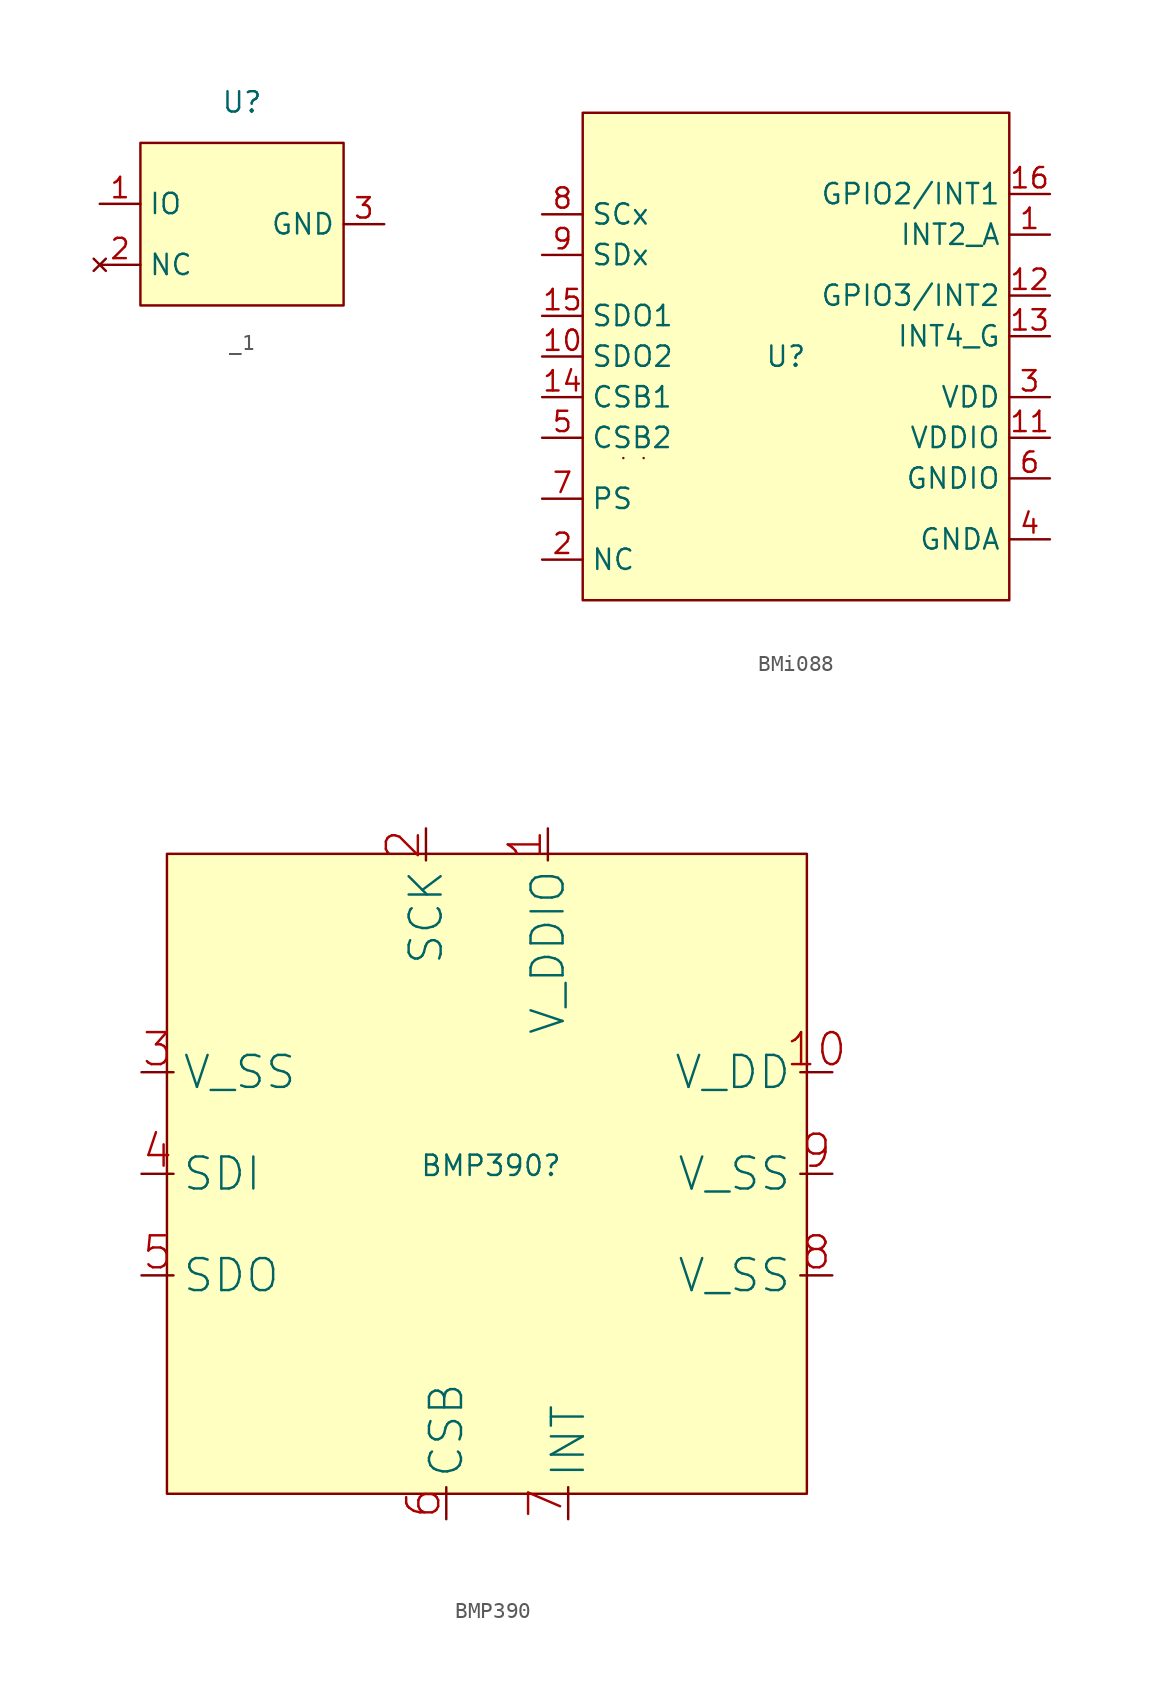
<source format=kicad_sym>
(kicad_symbol_lib
  (version 20241209)
  (generator "kicad_symbol_editor")
  (generator_version "9.0")
  (symbol "_1"
    (property "Reference" "U"
      (at 0 0 0)
      (effects (font (size 1.27 1.27))))
    (property "Value" ""
      (at 0 0 0)
      (effects (font (size 1.27 1.27))))
    (symbol "_1_0_1"
      (rectangle (start -6.35 -2.54) (end 6.35 -12.7) (stroke (width 0) (type default)) (fill (type background))))
    (symbol "_1_1_1"
      (pin power_in line (at -8.89 -6.35 0) (length 2.54) (name "IO" (effects (font (size 1.27 1.27)))) (number "1" (effects (font (size 1.27 1.27)))))
      (pin no_connect line (at -8.89 -10.16 0) (length 2.54) (name "NC" (effects (font (size 1.27 1.27)))) (number "2" (effects (font (size 1.27 1.27)))))
      (pin power_out line (at 8.89 -7.62 180) (length 2.54) (name "GND" (effects (font (size 1.27 1.27)))) (number "3" (effects (font (size 1.27 1.27)))))))
  (symbol "BMi088"
    (property "Reference" "U"
      (at 12.7 8.89 0)
      (effects (font (size 1.27 1.27))))
    (property "Value" ""
      (at 0 0 0)
      (effects (font (size 1.27 1.27))))
    (symbol "BMi088_0_1"
      (rectangle (start 0 24.13) (end 26.67 -6.35) (stroke (width 0) (type default)) (fill (type background)))
      (rectangle (start 2.54 2.54) (end 2.54 2.54) (stroke (width 0) (type default)) (fill (type none)))
      (rectangle (start 3.81 2.54) (end 3.81 2.54) (stroke (width 0) (type default)) (fill (type none))))
    (symbol "BMi088_1_1"
      (pin output line (at -2.54 17.78 0) (length 2.54) (name "SCx" (effects (font (size 1.27 1.27)))) (number "8" (effects (font (size 1.27 1.27)))))
      (pin input line (at -2.54 15.24 0) (length 2.54) (name "SDx" (effects (font (size 1.27 1.27)))) (number "9" (effects (font (size 1.27 1.27)))))
      (pin output line (at -2.54 11.43 0) (length 2.54) (name "SDO1" (effects (font (size 1.27 1.27)))) (number "15" (effects (font (size 1.27 1.27)))))
      (pin output line (at -2.54 8.89 0) (length 2.54) (name "SDO2" (effects (font (size 1.27 1.27)))) (number "10" (effects (font (size 1.27 1.27)))))
      (pin input line (at -2.54 6.35 0) (length 2.54) (name "CSB1" (effects (font (size 1.27 1.27)))) (number "14" (effects (font (size 1.27 1.27)))))
      (pin input line (at -2.54 3.81 0) (length 2.54) (name "CSB2" (effects (font (size 1.27 1.27)))) (number "5" (effects (font (size 1.27 1.27)))))
      (pin input line (at -2.54 0 0) (length 2.54) (name "PS" (effects (font (size 1.27 1.27)))) (number "7" (effects (font (size 1.27 1.27)))))
      (pin power_out line (at -2.54 -3.81 0) (length 2.54) (name "NC" (effects (font (size 1.27 1.27)))) (number "2" (effects (font (size 1.27 1.27)))))
      (pin output line (at 29.21 19.05 180) (length 2.54) (name "GPIO2/INT1" (effects (font (size 1.27 1.27)))) (number "16" (effects (font (size 1.27 1.27)))))
      (pin output line (at 29.21 16.51 180) (length 2.54) (name "INT2_A" (effects (font (size 1.27 1.27)))) (number "1" (effects (font (size 1.27 1.27)))))
      (pin bidirectional line (at 29.21 12.7 180) (length 2.54) (name "GPIO3/INT2" (effects (font (size 1.27 1.27)))) (number "12" (effects (font (size 1.27 1.27)))))
      (pin bidirectional line (at 29.21 10.16 180) (length 2.54) (name "INT4_G" (effects (font (size 1.27 1.27)))) (number "13" (effects (font (size 1.27 1.27)))))
      (pin power_in line (at 29.21 6.35 180) (length 2.54) (name "VDD" (effects (font (size 1.27 1.27)))) (number "3" (effects (font (size 1.27 1.27)))))
      (pin power_in line (at 29.21 3.81 180) (length 2.54) (name "VDDIO" (effects (font (size 1.27 1.27)))) (number "11" (effects (font (size 1.27 1.27)))))
      (pin power_in line (at 29.21 1.27 180) (length 2.54) (name "GNDIO" (effects (font (size 1.27 1.27)))) (number "6" (effects (font (size 1.27 1.27)))))
      (pin power_in line (at 29.21 -2.54 180) (length 2.54) (name "GNDA" (effects (font (size 1.27 1.27)))) (number "4" (effects (font (size 1.27 1.27)))))))
  (symbol "BMP390"
    (property "Reference" "BMP390"
      (at 0.254 0.508 0)
      (effects (font (size 1.27 1.27))))
    (property "Value" ""
      (at 0 0 0)
      (effects (font (size 1.27 1.27))))
    (symbol "BMP390_0_1"
      (rectangle (start -20 20) (end 20 -20) (stroke (width 0) (type default)) (fill (type color) (color 255 255 194 1))))
    (symbol "BMP390_1_1"
      (pin input line (at -21.59 6.35 0) (length 2) (name "V_SS" (effects (font (size 2 2)))) (number "3" (effects (font (size 2 2)))))
      (pin bidirectional line (at -21.59 0 0) (length 2) (name "SDI" (effects (font (size 2 2)))) (number "4" (effects (font (size 2 2)))))
      (pin bidirectional line (at -21.59 -6.35 0) (length 2) (name "SDO" (effects (font (size 2 2)))) (number "5" (effects (font (size 2 2)))))
      (pin input line (at -3.81 21.59 270) (length 2) (name "SCK" (effects (font (size 2 2)))) (number "2" (effects (font (size 2 2)))))
      (pin input line (at -2.54 -21.59 90) (length 2) (name "CSB" (effects (font (size 2 2)))) (number "6" (effects (font (size 2 2)))))
      (pin power_in line (at 3.81 21.59 270) (length 2) (name "V_DDIO" (effects (font (size 2 2)))) (number "1" (effects (font (size 2 2)))))
      (pin output line (at 5.08 -21.59 90) (length 2) (name "INT" (effects (font (size 2 2)))) (number "7" (effects (font (size 2 2)))))
      (pin power_in line (at 21.59 6.35 180) (length 2) (name "V_DD" (effects (font (size 2 2)))) (number "10" (effects (font (size 2 2)))))
      (pin power_out line (at 21.59 0 180) (length 2) (name "V_SS" (effects (font (size 2 2)))) (number "9" (effects (font (size 2 2)))))
      (pin power_out line (at 21.59 -6.35 180) (length 2) (name "V_SS" (effects (font (size 2 2)))) (number "8" (effects (font (size 2 2))))))))
</source>
